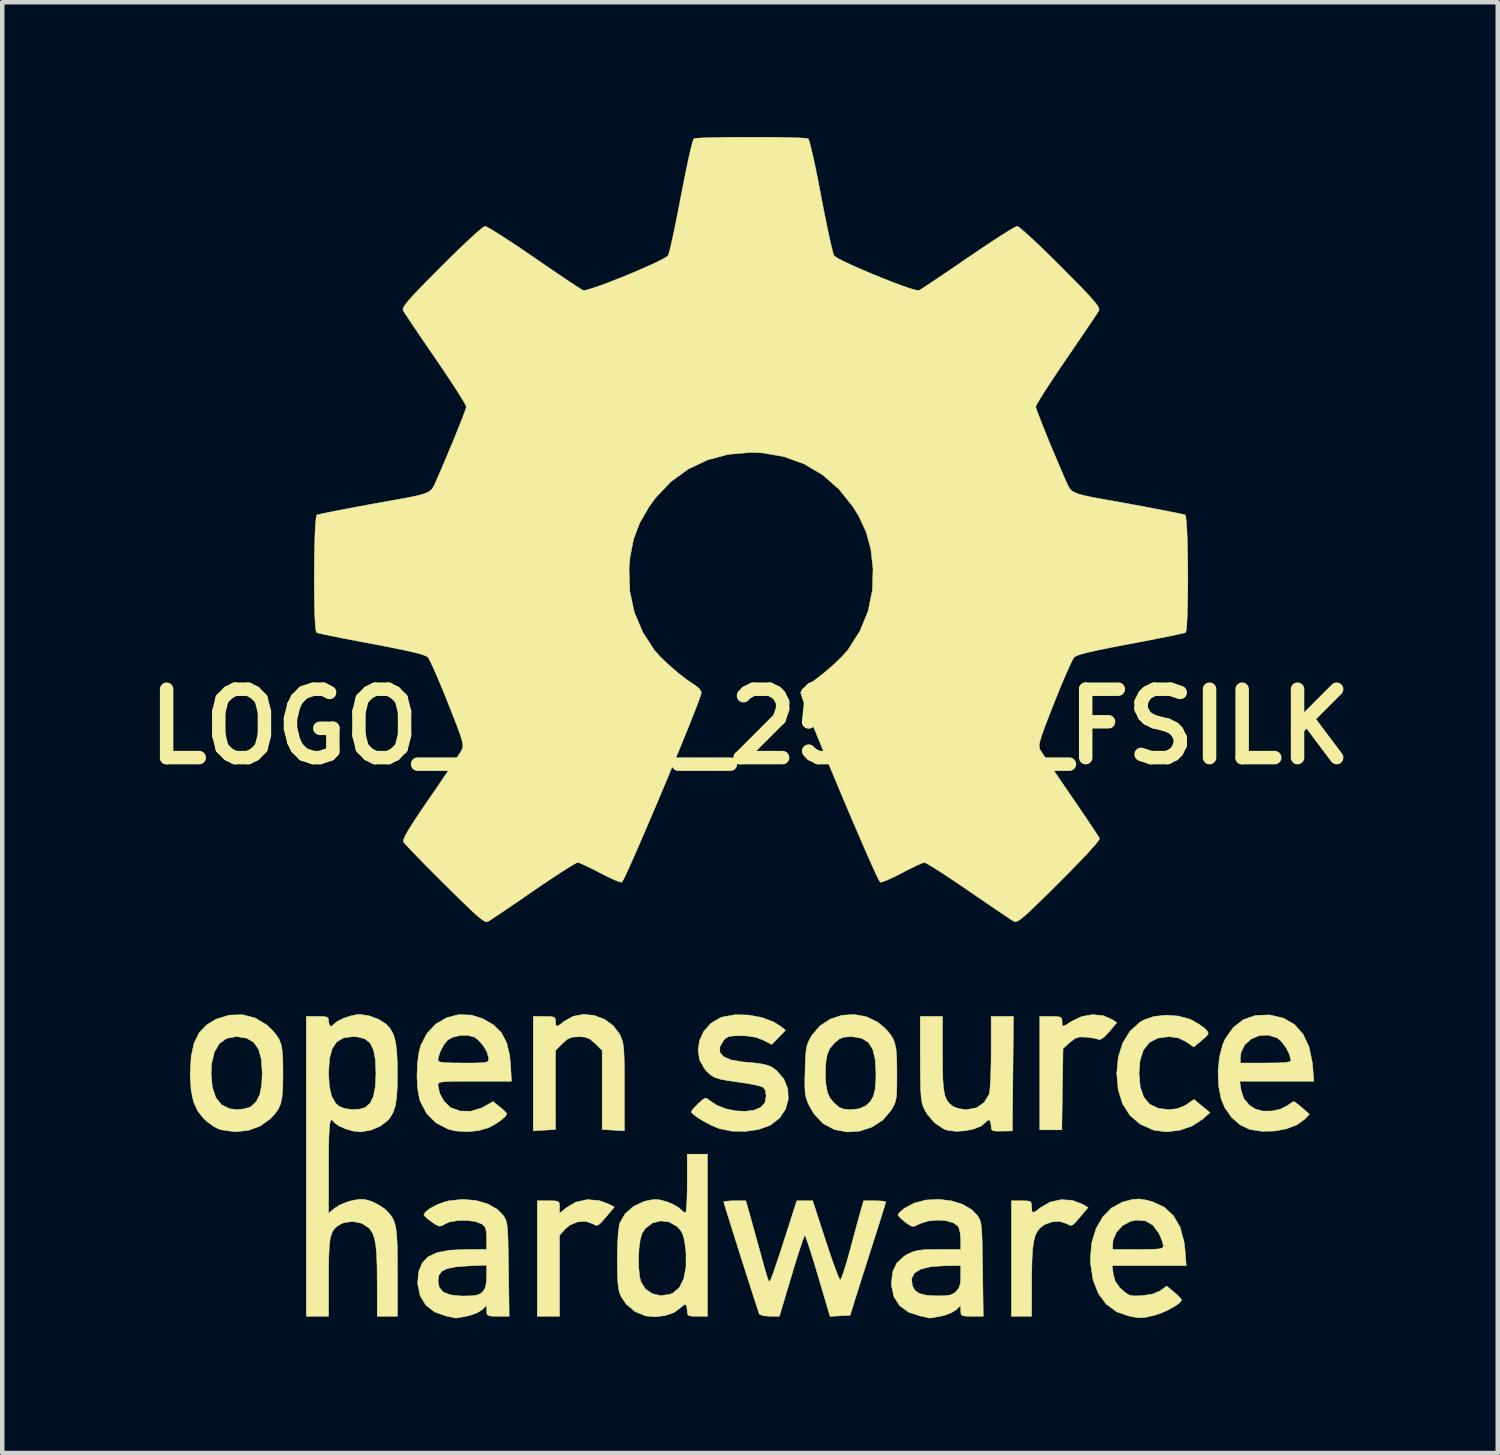
<source format=kicad_pcb>
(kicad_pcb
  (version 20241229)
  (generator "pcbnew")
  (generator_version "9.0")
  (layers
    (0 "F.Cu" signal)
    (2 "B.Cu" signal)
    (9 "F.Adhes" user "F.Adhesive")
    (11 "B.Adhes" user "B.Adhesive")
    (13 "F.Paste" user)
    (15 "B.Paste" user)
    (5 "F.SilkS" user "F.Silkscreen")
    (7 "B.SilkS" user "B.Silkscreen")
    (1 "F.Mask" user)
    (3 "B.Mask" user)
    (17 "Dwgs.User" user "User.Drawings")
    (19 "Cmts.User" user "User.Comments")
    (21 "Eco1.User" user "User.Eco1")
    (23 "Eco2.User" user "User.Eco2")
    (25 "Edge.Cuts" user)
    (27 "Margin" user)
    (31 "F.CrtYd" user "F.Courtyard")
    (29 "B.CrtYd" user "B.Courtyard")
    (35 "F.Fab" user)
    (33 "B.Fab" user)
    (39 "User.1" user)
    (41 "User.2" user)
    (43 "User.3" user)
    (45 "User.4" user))
  (footprint "LOGO_OSH_25MM_FSILK"
    (layer "F.Cu")
    (at 13.651 13.131)
    (property "Reference" "LOGO_OSH_25MM_FSILK" (at 0 0 0) (layer "F.SilkS") (effects (font (size 1.524 1.524) (thickness 0.3))))
    (attr through_hole)
    (fp_poly (pts (xy -3.359 10.552) (xy -3.147 10.63) (xy -3.02 10.696) (xy -3.207 10.917) (xy -3.31 11.036) (xy -3.376 11.095) (xy -3.427 11.107) (xy -3.483 11.08) (xy -3.503 11.068) (xy -3.66 11.014) (xy -3.841 11.027) (xy -4.014 11.1) (xy -4.117 11.187) (xy -4.241 11.325) (xy -4.241 13.129) (xy -4.737 13.129) (xy -4.737 10.557) (xy -4.489 10.557) (xy -4.347 10.559) (xy -4.273 10.574) (xy -4.245 10.614) (xy -4.241 10.692) (xy -4.241 10.836) (xy -4.103 10.72) (xy -3.879 10.587) (xy -3.624 10.531) (xy -3.359 10.552)) (stroke (width 0.01) (type solid)) (fill yes) (layer "F.SilkS"))
    (fp_poly (pts (xy 7.872 6.437) (xy 8.059 6.519) (xy 8.168 6.59) (xy 7.999 6.792) (xy 7.88 6.917) (xy 7.796 6.967) (xy 7.761 6.963) (xy 7.676 6.94) (xy 7.542 6.919) (xy 7.483 6.913) (xy 7.34 6.91) (xy 7.237 6.942) (xy 7.128 7.025) (xy 7.122 7.03) (xy 6.97 7.166) (xy 6.956 8.072) (xy 6.943 8.978) (xy 6.452 8.978) (xy 6.452 6.452) (xy 6.7 6.452) (xy 6.842 6.454) (xy 6.916 6.47) (xy 6.944 6.508) (xy 6.948 6.564) (xy 6.951 6.642) (xy 6.974 6.669) (xy 7.035 6.643) (xy 7.151 6.567) (xy 7.153 6.565) (xy 7.384 6.454) (xy 7.632 6.411) (xy 7.872 6.437)) (stroke (width 0.01) (type solid)) (fill yes) (layer "F.SilkS"))
    (fp_poly (pts (xy 7.182 10.549) (xy 7.407 10.636) (xy 7.527 10.707) (xy 7.345 10.923) (xy 7.244 11.04) (xy 7.179 11.097) (xy 7.128 11.106) (xy 7.07 11.078) (xy 7.055 11.068) (xy 6.906 11.018) (xy 6.729 11.026) (xy 6.56 11.086) (xy 6.464 11.156) (xy 6.4 11.234) (xy 6.351 11.333) (xy 6.317 11.464) (xy 6.293 11.642) (xy 6.279 11.877) (xy 6.273 12.184) (xy 6.272 12.373) (xy 6.271 13.129) (xy 5.82 13.129) (xy 5.82 10.557) (xy 6.045 10.557) (xy 6.179 10.56) (xy 6.246 10.578) (xy 6.269 10.626) (xy 6.271 10.692) (xy 6.277 10.79) (xy 6.307 10.819) (xy 6.375 10.783) (xy 6.458 10.716) (xy 6.677 10.588) (xy 6.926 10.531) (xy 7.182 10.549)) (stroke (width 0.01) (type solid)) (fill yes) (layer "F.SilkS"))
    (fp_poly (pts (xy -3.472 6.429) (xy -3.244 6.514) (xy -3.047 6.657) (xy -2.901 6.852) (xy -2.893 6.869) (xy -2.861 6.941) (xy -2.837 7.016) (xy -2.82 7.108) (xy -2.809 7.231) (xy -2.802 7.399) (xy -2.798 7.625) (xy -2.797 7.923) (xy -2.797 8.034) (xy -2.797 9.001) (xy -3.045 8.985) (xy -3.293 8.97) (xy -3.293 7.209) (xy -3.447 7.056) (xy -3.56 6.958) (xy -3.668 6.913) (xy -3.812 6.903) (xy -3.959 6.914) (xy -4.067 6.959) (xy -4.178 7.056) (xy -4.331 7.209) (xy -4.331 8.97) (xy -4.579 8.985) (xy -4.827 9.001) (xy -4.827 7.726) (xy -4.827 6.452) (xy -4.579 6.452) (xy -4.437 6.454) (xy -4.363 6.47) (xy -4.335 6.508) (xy -4.331 6.564) (xy -4.324 6.648) (xy -4.291 6.669) (xy -4.219 6.627) (xy -4.145 6.566) (xy -3.942 6.45) (xy -3.711 6.406) (xy -3.472 6.429)) (stroke (width 0.01) (type solid)) (fill yes) (layer "F.SilkS"))
    (fp_poly (pts (xy 9.534 6.443) (xy 9.782 6.509) (xy 9.846 6.538) (xy 9.987 6.62) (xy 10.107 6.704) (xy 10.148 6.741) (xy 10.196 6.799) (xy 10.202 6.844) (xy 10.155 6.901) (xy 10.059 6.984) (xy 9.881 7.132) (xy 9.713 7.017) (xy 9.536 6.93) (xy 9.334 6.903) (xy 9.326 6.903) (xy 9.08 6.935) (xy 8.892 7.033) (xy 8.761 7.198) (xy 8.685 7.433) (xy 8.662 7.717) (xy 8.688 8.018) (xy 8.766 8.247) (xy 8.898 8.406) (xy 9.088 8.498) (xy 9.321 8.527) (xy 9.516 8.507) (xy 9.677 8.44) (xy 9.719 8.414) (xy 9.885 8.3) (xy 10.243 8.594) (xy 10.08 8.738) (xy 9.846 8.891) (xy 9.568 8.987) (xy 9.275 9.022) (xy 8.999 8.987) (xy 8.978 8.981) (xy 8.687 8.85) (xy 8.46 8.656) (xy 8.296 8.399) (xy 8.198 8.083) (xy 8.166 7.722) (xy 8.2 7.359) (xy 8.3 7.042) (xy 8.461 6.781) (xy 8.68 6.583) (xy 8.768 6.531) (xy 8.993 6.453) (xy 9.259 6.424) (xy 9.534 6.443)) (stroke (width 0.01) (type solid)) (fill yes) (layer "F.SilkS"))
    (fp_poly (pts (xy 4.286 7.288) (xy 4.288 7.621) (xy 4.295 7.876) (xy 4.311 8.067) (xy 4.338 8.207) (xy 4.378 8.308) (xy 4.434 8.384) (xy 4.509 8.448) (xy 4.521 8.456) (xy 4.63 8.501) (xy 4.78 8.525) (xy 4.831 8.527) (xy 5.044 8.486) (xy 5.212 8.37) (xy 5.324 8.187) (xy 5.339 8.105) (xy 5.351 7.95) (xy 5.361 7.738) (xy 5.367 7.488) (xy 5.369 7.261) (xy 5.369 6.452) (xy 5.866 6.452) (xy 5.854 7.726) (xy 5.842 9.001) (xy 5.606 9.006) (xy 5.468 9.006) (xy 5.398 8.992) (xy 5.372 8.951) (xy 5.369 8.882) (xy 5.351 8.782) (xy 5.307 8.753) (xy 5.253 8.802) (xy 5.154 8.889) (xy 4.993 8.956) (xy 4.797 8.998) (xy 4.592 9.011) (xy 4.406 8.989) (xy 4.322 8.962) (xy 4.112 8.823) (xy 3.939 8.621) (xy 3.875 8.504) (xy 3.846 8.432) (xy 3.825 8.348) (xy 3.81 8.237) (xy 3.8 8.086) (xy 3.794 7.882) (xy 3.791 7.611) (xy 3.791 7.388) (xy 3.79 6.452) (xy 4.286 6.452) (xy 4.286 7.288)) (stroke (width 0.01) (type solid)) (fill yes) (layer "F.SilkS"))
    (fp_poly (pts (xy -11.015 6.489) (xy -10.759 6.643) (xy -10.637 6.76) (xy -10.547 6.866) (xy -10.483 6.967) (xy -10.44 7.081) (xy -10.415 7.226) (xy -10.403 7.419) (xy -10.4 7.68) (xy -10.4 7.76) (xy -10.404 8.034) (xy -10.419 8.238) (xy -10.45 8.392) (xy -10.504 8.516) (xy -10.586 8.629) (xy -10.677 8.726) (xy -10.9 8.89) (xy -11.17 8.99) (xy -11.465 9.021) (xy -11.766 8.979) (xy -11.82 8.964) (xy -11.941 8.903) (xy -12.082 8.801) (xy -12.163 8.728) (xy -12.3 8.556) (xy -12.393 8.35) (xy -12.446 8.093) (xy -12.466 7.771) (xy -12.466 7.715) (xy -12 7.715) (xy -11.974 8.023) (xy -11.897 8.258) (xy -11.767 8.42) (xy -11.584 8.508) (xy -11.421 8.527) (xy -11.265 8.511) (xy -11.136 8.472) (xy -11.108 8.456) (xy -10.992 8.345) (xy -10.916 8.192) (xy -10.874 7.982) (xy -10.862 7.715) (xy -10.881 7.412) (xy -10.942 7.186) (xy -11.049 7.03) (xy -11.206 6.937) (xy -11.419 6.903) (xy -11.454 6.903) (xy -11.658 6.942) (xy -11.816 7.057) (xy -11.927 7.245) (xy -11.988 7.502) (xy -12 7.715) (xy -12.466 7.715) (xy -12.466 7.692) (xy -12.443 7.33) (xy -12.378 7.041) (xy -12.265 6.813) (xy -12.099 6.639) (xy -11.893 6.515) (xy -11.596 6.422) (xy -11.298 6.414) (xy -11.015 6.489)) (stroke (width 0.01) (type solid)) (fill yes) (layer "F.SilkS"))
    (fp_poly (pts (xy 11.585 6.421) (xy 11.881 6.491) (xy 12.125 6.633) (xy 12.313 6.845) (xy 12.446 7.125) (xy 12.519 7.471) (xy 12.527 7.546) (xy 12.555 7.895) (xy 10.906 7.895) (xy 10.931 8.079) (xy 10.992 8.278) (xy 11.121 8.43) (xy 11.252 8.514) (xy 11.421 8.56) (xy 11.624 8.558) (xy 11.822 8.512) (xy 11.957 8.443) (xy 12.049 8.379) (xy 12.106 8.347) (xy 12.11 8.346) (xy 12.154 8.374) (xy 12.241 8.443) (xy 12.294 8.488) (xy 12.456 8.63) (xy 12.356 8.736) (xy 12.183 8.863) (xy 11.949 8.954) (xy 11.678 9.004) (xy 11.395 9.01) (xy 11.127 8.968) (xy 10.917 8.869) (xy 10.725 8.702) (xy 10.572 8.485) (xy 10.488 8.281) (xy 10.433 7.99) (xy 10.422 7.674) (xy 10.451 7.372) (xy 10.918 7.372) (xy 10.918 7.489) (xy 11.482 7.489) (xy 11.732 7.487) (xy 11.902 7.479) (xy 12.002 7.464) (xy 12.043 7.442) (xy 12.045 7.433) (xy 12.013 7.3) (xy 11.935 7.148) (xy 11.834 7.011) (xy 11.736 6.928) (xy 11.537 6.868) (xy 11.339 6.88) (xy 11.16 6.954) (xy 11.019 7.081) (xy 10.934 7.25) (xy 10.918 7.372) (xy 10.451 7.372) (xy 10.452 7.362) (xy 10.523 7.085) (xy 10.583 6.949) (xy 10.763 6.697) (xy 10.985 6.524) (xy 11.249 6.431) (xy 11.555 6.418) (xy 11.585 6.421)) (stroke (width 0.01) (type solid)) (fill yes) (layer "F.SilkS"))
    (fp_poly (pts (xy 8.809 10.538) (xy 8.96 10.578) (xy 9.224 10.7) (xy 9.43 10.891) (xy 9.578 11.148) (xy 9.665 11.472) (xy 9.685 11.641) (xy 9.713 12.001) (xy 8.064 12.001) (xy 8.089 12.192) (xy 8.133 12.351) (xy 8.228 12.485) (xy 8.281 12.536) (xy 8.379 12.619) (xy 8.461 12.663) (xy 8.564 12.676) (xy 8.721 12.67) (xy 8.725 12.67) (xy 8.959 12.636) (xy 9.126 12.565) (xy 9.142 12.554) (xy 9.279 12.456) (xy 9.444 12.593) (xy 9.542 12.68) (xy 9.601 12.746) (xy 9.61 12.765) (xy 9.571 12.824) (xy 9.469 12.9) (xy 9.327 12.98) (xy 9.167 13.053) (xy 9.01 13.106) (xy 8.99 13.111) (xy 8.837 13.146) (xy 8.735 13.162) (xy 8.645 13.161) (xy 8.53 13.142) (xy 8.44 13.125) (xy 8.16 13.028) (xy 7.932 12.859) (xy 7.757 12.623) (xy 7.64 12.326) (xy 7.584 11.971) (xy 7.579 11.821) (xy 7.609 11.511) (xy 8.076 11.511) (xy 8.076 11.64) (xy 8.64 11.64) (xy 8.875 11.639) (xy 9.034 11.634) (xy 9.132 11.624) (xy 9.183 11.606) (xy 9.202 11.578) (xy 9.204 11.559) (xy 9.184 11.473) (xy 9.134 11.345) (xy 9.102 11.277) (xy 8.971 11.1) (xy 8.801 11.003) (xy 8.596 10.988) (xy 8.463 11.018) (xy 8.293 11.111) (xy 8.16 11.258) (xy 8.085 11.431) (xy 8.076 11.511) (xy 7.609 11.511) (xy 7.612 11.48) (xy 7.706 11.175) (xy 7.854 10.917) (xy 8.048 10.718) (xy 8.283 10.59) (xy 8.32 10.578) (xy 8.507 10.53) (xy 8.656 10.516) (xy 8.809 10.538)) (stroke (width 0.01) (type solid)) (fill yes) (layer "F.SilkS"))
    (fp_poly (pts (xy -0.947 13.129) (xy -1.173 13.129) (xy -1.307 13.126) (xy -1.373 13.107) (xy -1.396 13.06) (xy -1.399 12.993) (xy -1.412 12.887) (xy -1.457 12.865) (xy -1.536 12.926) (xy -1.555 12.946) (xy -1.697 13.047) (xy -1.893 13.114) (xy -2.113 13.141) (xy -2.321 13.122) (xy -2.561 13.024) (xy -2.759 12.856) (xy -2.869 12.691) (xy -2.904 12.607) (xy -2.928 12.509) (xy -2.943 12.377) (xy -2.952 12.195) (xy -2.955 11.946) (xy -2.955 11.865) (xy -2.954 11.841) (xy -2.483 11.841) (xy -2.477 12.066) (xy -2.455 12.262) (xy -2.43 12.359) (xy -2.331 12.52) (xy -2.177 12.625) (xy -1.99 12.669) (xy -1.793 12.643) (xy -1.713 12.609) (xy -1.572 12.487) (xy -1.476 12.293) (xy -1.426 12.036) (xy -1.425 11.723) (xy -1.444 11.543) (xy -1.476 11.368) (xy -1.522 11.25) (xy -1.595 11.159) (xy -1.623 11.132) (xy -1.797 11.03) (xy -1.987 11.005) (xy -2.172 11.052) (xy -2.327 11.169) (xy -2.402 11.279) (xy -2.444 11.417) (xy -2.471 11.614) (xy -2.483 11.841) (xy -2.954 11.841) (xy -2.95 11.532) (xy -2.935 11.273) (xy -2.91 11.096) (xy -2.896 11.044) (xy -2.78 10.845) (xy -2.596 10.683) (xy -2.363 10.574) (xy -2.307 10.559) (xy -2.146 10.529) (xy -2.013 10.535) (xy -1.857 10.577) (xy -1.711 10.637) (xy -1.592 10.707) (xy -1.555 10.739) (xy -1.482 10.806) (xy -1.437 10.828) (xy -1.423 10.785) (xy -1.412 10.668) (xy -1.403 10.493) (xy -1.399 10.275) (xy -1.399 10.174) (xy -1.399 9.519) (xy -0.947 9.519) (xy -0.947 13.129)) (stroke (width 0.01) (type solid)) (fill yes) (layer "F.SilkS"))
    (fp_poly (pts (xy 2.59 6.458) (xy 2.841 6.578) (xy 2.993 6.704) (xy 3.099 6.818) (xy 3.174 6.926) (xy 3.223 7.046) (xy 3.253 7.197) (xy 3.267 7.398) (xy 3.271 7.667) (xy 3.271 7.718) (xy 3.27 7.965) (xy 3.266 8.141) (xy 3.255 8.266) (xy 3.234 8.359) (xy 3.201 8.438) (xy 3.151 8.525) (xy 3.135 8.551) (xy 2.955 8.761) (xy 2.719 8.914) (xy 2.447 9.005) (xy 2.159 9.025) (xy 1.875 8.97) (xy 1.872 8.969) (xy 1.626 8.836) (xy 1.428 8.627) (xy 1.331 8.463) (xy 1.28 8.354) (xy 1.247 8.259) (xy 1.228 8.154) (xy 1.221 8.019) (xy 1.221 7.831) (xy 1.226 7.662) (xy 1.678 7.662) (xy 1.683 7.883) (xy 1.691 7.972) (xy 1.724 8.146) (xy 1.781 8.271) (xy 1.872 8.378) (xy 1.98 8.472) (xy 2.084 8.515) (xy 2.229 8.527) (xy 2.245 8.527) (xy 2.436 8.507) (xy 2.576 8.442) (xy 2.591 8.431) (xy 2.686 8.338) (xy 2.749 8.225) (xy 2.786 8.071) (xy 2.802 7.858) (xy 2.804 7.707) (xy 2.787 7.407) (xy 2.732 7.184) (xy 2.635 7.031) (xy 2.491 6.94) (xy 2.293 6.904) (xy 2.241 6.903) (xy 2.091 6.913) (xy 1.985 6.955) (xy 1.876 7.048) (xy 1.872 7.052) (xy 1.776 7.167) (xy 1.721 7.294) (xy 1.691 7.458) (xy 1.678 7.662) (xy 1.226 7.662) (xy 1.226 7.658) (xy 1.233 7.42) (xy 1.244 7.252) (xy 1.261 7.131) (xy 1.29 7.037) (xy 1.334 6.947) (xy 1.376 6.876) (xy 1.556 6.663) (xy 1.784 6.513) (xy 2.044 6.427) (xy 2.319 6.408) (xy 2.59 6.458)) (stroke (width 0.01) (type solid)) (fill yes) (layer "F.SilkS"))
    (fp_poly (pts (xy -6.204 6.422) (xy -5.955 6.5) (xy -5.711 6.641) (xy -5.534 6.818) (xy -5.417 7.044) (xy -5.35 7.332) (xy -5.333 7.523) (xy -5.312 7.895) (xy -6.13 7.895) (xy -6.42 7.896) (xy -6.632 7.898) (xy -6.778 7.903) (xy -6.87 7.913) (xy -6.921 7.928) (xy -6.943 7.951) (xy -6.948 7.982) (xy -6.948 7.987) (xy -6.91 8.167) (xy -6.813 8.343) (xy -6.679 8.474) (xy -6.669 8.481) (xy -6.457 8.559) (xy -6.22 8.563) (xy -5.981 8.492) (xy -5.918 8.459) (xy -5.723 8.348) (xy -5.568 8.471) (xy -5.474 8.552) (xy -5.42 8.609) (xy -5.414 8.62) (xy -5.451 8.681) (xy -5.546 8.764) (xy -5.677 8.853) (xy -5.82 8.929) (xy -6.044 8.995) (xy -6.306 9.02) (xy -6.566 9.001) (xy -6.726 8.961) (xy -6.993 8.821) (xy -7.2 8.615) (xy -7.339 8.351) (xy -7.362 8.28) (xy -7.401 8.061) (xy -7.416 7.796) (xy -7.407 7.519) (xy -7.395 7.42) (xy -6.948 7.42) (xy -6.935 7.449) (xy -6.889 7.469) (xy -6.795 7.481) (xy -6.639 7.487) (xy -6.408 7.489) (xy -6.384 7.489) (xy -6.15 7.489) (xy -5.992 7.485) (xy -5.895 7.476) (xy -5.843 7.459) (xy -5.823 7.431) (xy -5.82 7.388) (xy -5.82 7.383) (xy -5.853 7.254) (xy -5.937 7.107) (xy -6.049 6.978) (xy -6.137 6.913) (xy -6.283 6.874) (xy -6.461 6.877) (xy -6.629 6.918) (xy -6.73 6.976) (xy -6.821 7.088) (xy -6.899 7.237) (xy -6.944 7.378) (xy -6.948 7.42) (xy -7.395 7.42) (xy -7.375 7.265) (xy -7.331 7.094) (xy -7.191 6.827) (xy -6.995 6.62) (xy -6.756 6.48) (xy -6.488 6.412) (xy -6.204 6.422)) (stroke (width 0.01) (type solid)) (fill yes) (layer "F.SilkS"))
    (fp_poly (pts (xy -0.034 6.421) (xy 0.259 6.475) (xy 0.52 6.572) (xy 0.686 6.676) (xy 0.79 6.761) (xy 0.636 6.919) (xy 0.483 7.078) (xy 0.298 6.981) (xy 0.132 6.917) (xy -0.068 6.886) (xy -0.196 6.882) (xy -0.366 6.885) (xy -0.472 6.9) (xy -0.541 6.936) (xy -0.59 6.987) (xy -0.673 7.132) (xy -0.67 7.254) (xy -0.583 7.352) (xy -0.415 7.422) (xy -0.166 7.464) (xy -0.151 7.465) (xy 0.093 7.487) (xy 0.266 7.511) (xy 0.389 7.539) (xy 0.482 7.579) (xy 0.564 7.636) (xy 0.594 7.66) (xy 0.755 7.848) (xy 0.841 8.064) (xy 0.852 8.291) (xy 0.793 8.512) (xy 0.664 8.709) (xy 0.468 8.865) (xy 0.437 8.881) (xy 0.188 8.97) (xy -0.105 9.012) (xy -0.407 9.007) (xy -0.681 8.951) (xy -0.708 8.942) (xy -0.854 8.88) (xy -1.008 8.8) (xy -1.149 8.715) (xy -1.256 8.638) (xy -1.307 8.582) (xy -1.308 8.575) (xy -1.279 8.528) (xy -1.203 8.444) (xy -1.151 8.392) (xy -1.054 8.304) (xy -0.994 8.271) (xy -0.945 8.288) (xy -0.914 8.313) (xy -0.745 8.428) (xy -0.542 8.508) (xy -0.323 8.554) (xy -0.107 8.565) (xy 0.086 8.54) (xy 0.237 8.478) (xy 0.328 8.378) (xy 0.333 8.367) (xy 0.36 8.223) (xy 0.339 8.094) (xy 0.296 8.033) (xy 0.227 8.005) (xy 0.089 7.972) (xy -0.094 7.939) (xy -0.243 7.917) (xy -0.489 7.883) (xy -0.663 7.849) (xy -0.787 7.809) (xy -0.88 7.754) (xy -0.961 7.679) (xy -1.005 7.629) (xy -1.119 7.43) (xy -1.157 7.211) (xy -1.125 6.99) (xy -1.029 6.783) (xy -0.875 6.609) (xy -0.669 6.485) (xy -0.599 6.461) (xy -0.329 6.414) (xy -0.034 6.421)) (stroke (width 0.01) (type solid)) (fill yes) (layer "F.SilkS"))
    (fp_poly (pts (xy -6.105 10.55) (xy -5.841 10.626) (xy -5.625 10.75) (xy -5.5 10.878) (xy -5.465 10.93) (xy -5.439 10.983) (xy -5.419 11.049) (xy -5.405 11.143) (xy -5.395 11.274) (xy -5.388 11.457) (xy -5.383 11.704) (xy -5.378 12.026) (xy -5.377 12.08) (xy -5.363 13.129) (xy -5.614 13.129) (xy -5.757 13.126) (xy -5.832 13.111) (xy -5.86 13.073) (xy -5.865 13.008) (xy -5.865 12.887) (xy -5.969 12.985) (xy -6.074 13.05) (xy -6.225 13.107) (xy -6.313 13.128) (xy -6.447 13.152) (xy -6.537 13.167) (xy -6.559 13.169) (xy -6.602 13.158) (xy -6.705 13.136) (xy -6.767 13.124) (xy -7.023 13.034) (xy -7.218 12.882) (xy -7.345 12.673) (xy -7.398 12.416) (xy -7.399 12.366) (xy -7.396 12.337) (xy -6.948 12.337) (xy -6.92 12.487) (xy -6.83 12.59) (xy -6.673 12.652) (xy -6.439 12.677) (xy -6.378 12.677) (xy -6.193 12.673) (xy -6.073 12.655) (xy -5.994 12.62) (xy -5.955 12.587) (xy -5.898 12.502) (xy -5.87 12.379) (xy -5.865 12.243) (xy -5.865 11.99) (xy -6.287 12.008) (xy -6.555 12.029) (xy -6.743 12.067) (xy -6.865 12.128) (xy -6.929 12.217) (xy -6.948 12.337) (xy -7.396 12.337) (xy -7.375 12.126) (xy -7.299 11.94) (xy -7.165 11.802) (xy -6.966 11.71) (xy -6.695 11.658) (xy -6.35 11.641) (xy -5.865 11.64) (xy -5.865 11.393) (xy -5.871 11.243) (xy -5.895 11.153) (xy -5.948 11.093) (xy -5.979 11.071) (xy -6.116 11.019) (xy -6.304 10.994) (xy -6.506 10.997) (xy -6.686 11.028) (xy -6.789 11.071) (xy -6.866 11.116) (xy -6.927 11.122) (xy -7.006 11.083) (xy -7.087 11.028) (xy -7.191 10.949) (xy -7.254 10.887) (xy -7.264 10.869) (xy -7.224 10.803) (xy -7.12 10.725) (xy -6.975 10.648) (xy -6.811 10.585) (xy -6.703 10.557) (xy -6.399 10.525) (xy -6.105 10.55)) (stroke (width 0.01) (type solid)) (fill yes) (layer "F.SilkS"))
    (fp_poly (pts (xy 4.473 10.556) (xy 4.727 10.633) (xy 4.937 10.755) (xy 5.057 10.878) (xy 5.092 10.93) (xy 5.118 10.983) (xy 5.138 11.049) (xy 5.152 11.143) (xy 5.162 11.274) (xy 5.169 11.457) (xy 5.174 11.704) (xy 5.179 12.026) (xy 5.18 12.08) (xy 5.194 13.129) (xy 4.943 13.129) (xy 4.8 13.126) (xy 4.725 13.111) (xy 4.697 13.073) (xy 4.692 13.008) (xy 4.692 12.887) (xy 4.588 12.985) (xy 4.483 13.05) (xy 4.332 13.107) (xy 4.244 13.128) (xy 4.11 13.152) (xy 4.02 13.167) (xy 3.998 13.169) (xy 3.955 13.158) (xy 3.853 13.136) (xy 3.801 13.126) (xy 3.532 13.038) (xy 3.332 12.893) (xy 3.205 12.695) (xy 3.15 12.445) (xy 3.148 12.39) (xy 3.159 12.294) (xy 3.596 12.294) (xy 3.616 12.452) (xy 3.674 12.556) (xy 3.773 12.623) (xy 3.928 12.661) (xy 4.155 12.674) (xy 4.17 12.674) (xy 4.348 12.671) (xy 4.464 12.654) (xy 4.545 12.615) (xy 4.588 12.579) (xy 4.653 12.497) (xy 4.685 12.389) (xy 4.692 12.241) (xy 4.692 12.001) (xy 4.342 12.003) (xy 4.032 12.023) (xy 3.804 12.079) (xy 3.659 12.169) (xy 3.596 12.294) (xy 3.159 12.294) (xy 3.177 12.136) (xy 3.271 11.939) (xy 3.437 11.788) (xy 3.518 11.741) (xy 3.624 11.694) (xy 3.734 11.664) (xy 3.872 11.647) (xy 4.063 11.641) (xy 4.205 11.64) (xy 4.692 11.64) (xy 4.692 11.423) (xy 4.68 11.276) (xy 4.65 11.157) (xy 4.633 11.125) (xy 4.527 11.047) (xy 4.362 11.001) (xy 4.165 10.988) (xy 3.963 11.009) (xy 3.783 11.066) (xy 3.739 11.088) (xy 3.66 11.126) (xy 3.595 11.123) (xy 3.51 11.072) (xy 3.457 11.032) (xy 3.359 10.95) (xy 3.301 10.886) (xy 3.293 10.87) (xy 3.326 10.822) (xy 3.409 10.747) (xy 3.44 10.723) (xy 3.66 10.606) (xy 3.919 10.54) (xy 4.197 10.524) (xy 4.473 10.556)) (stroke (width 0.01) (type solid)) (fill yes) (layer "F.SilkS"))
    (fp_poly (pts (xy -0.026 10.794) (xy 0.012 10.929) (xy 0.067 11.126) (xy 0.131 11.358) (xy 0.198 11.6) (xy 0.203 11.617) (xy 0.278 11.89) (xy 0.333 12.088) (xy 0.372 12.221) (xy 0.399 12.302) (xy 0.417 12.341) (xy 0.43 12.35) (xy 0.443 12.341) (xy 0.45 12.332) (xy 0.474 12.279) (xy 0.52 12.154) (xy 0.584 11.97) (xy 0.661 11.74) (xy 0.746 11.479) (xy 0.763 11.425) (xy 1.041 10.557) (xy 1.395 10.557) (xy 1.682 11.439) (xy 1.77 11.704) (xy 1.851 11.938) (xy 1.92 12.126) (xy 1.973 12.258) (xy 2.005 12.319) (xy 2.009 12.322) (xy 2.034 12.28) (xy 2.076 12.167) (xy 2.13 11.997) (xy 2.192 11.784) (xy 2.221 11.676) (xy 2.289 11.425) (xy 2.354 11.183) (xy 2.411 10.975) (xy 2.453 10.823) (xy 2.461 10.794) (xy 2.529 10.557) (xy 2.776 10.557) (xy 2.911 10.561) (xy 3.001 10.572) (xy 3.023 10.583) (xy 3.01 10.631) (xy 2.973 10.754) (xy 2.916 10.937) (xy 2.843 11.169) (xy 2.757 11.438) (xy 2.702 11.609) (xy 2.606 11.911) (xy 2.515 12.198) (xy 2.433 12.456) (xy 2.366 12.667) (xy 2.319 12.816) (xy 2.306 12.858) (xy 2.23 13.106) (xy 2.006 13.119) (xy 1.782 13.132) (xy 1.515 12.228) (xy 1.434 11.959) (xy 1.36 11.721) (xy 1.298 11.528) (xy 1.251 11.393) (xy 1.224 11.328) (xy 1.221 11.324) (xy 1.2 11.365) (xy 1.159 11.48) (xy 1.1 11.657) (xy 1.029 11.881) (xy 0.949 12.142) (xy 0.924 12.226) (xy 0.654 13.129) (xy 0.438 13.129) (xy 0.293 13.117) (xy 0.212 13.085) (xy 0.203 13.072) (xy 0.172 12.977) (xy 0.12 12.818) (xy 0.052 12.608) (xy -0.027 12.36) (xy -0.114 12.087) (xy -0.205 11.803) (xy -0.294 11.521) (xy -0.379 11.253) (xy -0.454 11.013) (xy -0.516 10.814) (xy -0.561 10.67) (xy -0.584 10.593) (xy -0.587 10.584) (xy -0.546 10.569) (xy -0.441 10.559) (xy -0.34 10.557) (xy -0.093 10.557) (xy -0.026 10.794)) (stroke (width 0.01) (type solid)) (fill yes) (layer "F.SilkS"))
    (fp_poly (pts (xy -8.487 6.436) (xy -8.275 6.514) (xy -8.105 6.622) (xy -8.01 6.725) (xy -7.941 6.851) (xy -7.894 7.015) (xy -7.866 7.231) (xy -7.853 7.515) (xy -7.851 7.705) (xy -7.855 8.022) (xy -7.87 8.264) (xy -7.9 8.449) (xy -7.948 8.591) (xy -8.016 8.707) (xy -8.066 8.767) (xy -8.23 8.894) (xy -8.442 8.984) (xy -8.663 9.023) (xy -8.685 9.023) (xy -8.842 9.004) (xy -9.011 8.954) (xy -9.161 8.887) (xy -9.259 8.814) (xy -9.271 8.798) (xy -9.305 8.757) (xy -9.332 8.762) (xy -9.353 8.82) (xy -9.367 8.939) (xy -9.377 9.126) (xy -9.382 9.388) (xy -9.384 9.732) (xy -9.384 9.794) (xy -9.384 10.836) (xy -9.249 10.722) (xy -9.126 10.646) (xy -8.96 10.579) (xy -8.867 10.554) (xy -8.707 10.524) (xy -8.586 10.526) (xy -8.46 10.56) (xy -8.42 10.575) (xy -8.267 10.65) (xy -8.128 10.744) (xy -8.096 10.774) (xy -8.02 10.855) (xy -7.961 10.938) (xy -7.917 11.036) (xy -7.887 11.161) (xy -7.867 11.326) (xy -7.856 11.544) (xy -7.851 11.828) (xy -7.85 12.157) (xy -7.85 13.129) (xy -8.301 13.129) (xy -8.302 12.373) (xy -8.305 12.025) (xy -8.315 11.755) (xy -8.333 11.549) (xy -8.362 11.395) (xy -8.403 11.281) (xy -8.459 11.194) (xy -8.494 11.156) (xy -8.651 11.057) (xy -8.845 11.018) (xy -9.039 11.044) (xy -9.105 11.072) (xy -9.195 11.125) (xy -9.263 11.189) (xy -9.313 11.275) (xy -9.347 11.396) (xy -9.368 11.564) (xy -9.379 11.791) (xy -9.384 12.091) (xy -9.384 12.269) (xy -9.384 13.129) (xy -9.88 13.129) (xy -9.88 7.715) (xy -9.384 7.715) (xy -9.367 8.011) (xy -9.315 8.233) (xy -9.225 8.388) (xy -9.153 8.453) (xy -9.026 8.503) (xy -8.856 8.525) (xy -8.685 8.515) (xy -8.569 8.48) (xy -8.461 8.388) (xy -8.388 8.24) (xy -8.345 8.027) (xy -8.33 7.737) (xy -8.33 7.715) (xy -8.343 7.416) (xy -8.384 7.196) (xy -8.46 7.044) (xy -8.576 6.951) (xy -8.74 6.908) (xy -8.852 6.903) (xy -9.052 6.93) (xy -9.201 7.017) (xy -9.304 7.169) (xy -9.363 7.392) (xy -9.384 7.692) (xy -9.384 7.715) (xy -9.88 7.715) (xy -9.88 6.452) (xy -9.632 6.452) (xy -9.49 6.454) (xy -9.416 6.47) (xy -9.388 6.508) (xy -9.384 6.564) (xy -9.364 6.655) (xy -9.316 6.674) (xy -9.268 6.627) (xy -9.192 6.563) (xy -9.059 6.497) (xy -8.9 6.443) (xy -8.748 6.411) (xy -8.695 6.407) (xy -8.487 6.436)) (stroke (width 0.01) (type solid)) (fill yes) (layer "F.SilkS"))
    (fp_poly (pts (xy 0.251 -13.126) (xy 0.537 -13.124) (xy 0.797 -13.12) (xy 1.017 -13.114) (xy 1.182 -13.107) (xy 1.278 -13.098) (xy 1.295 -13.093) (xy 1.317 -13.041) (xy 1.352 -12.912) (xy 1.398 -12.718) (xy 1.452 -12.47) (xy 1.511 -12.18) (xy 1.573 -11.859) (xy 1.58 -11.819) (xy 1.643 -11.492) (xy 1.704 -11.191) (xy 1.759 -10.928) (xy 1.807 -10.715) (xy 1.844 -10.566) (xy 1.869 -10.492) (xy 1.87 -10.489) (xy 1.929 -10.445) (xy 2.055 -10.377) (xy 2.235 -10.291) (xy 2.453 -10.194) (xy 2.694 -10.091) (xy 2.942 -9.99) (xy 3.182 -9.895) (xy 3.4 -9.814) (xy 3.579 -9.753) (xy 3.705 -9.718) (xy 3.76 -9.713) (xy 3.814 -9.745) (xy 3.932 -9.821) (xy 4.103 -9.935) (xy 4.318 -10.079) (xy 4.565 -10.247) (xy 4.835 -10.432) (xy 4.85 -10.442) (xy 5.121 -10.626) (xy 5.37 -10.792) (xy 5.588 -10.934) (xy 5.764 -11.044) (xy 5.887 -11.116) (xy 5.947 -11.143) (xy 5.948 -11.144) (xy 5.999 -11.113) (xy 6.104 -11.025) (xy 6.255 -10.89) (xy 6.442 -10.714) (xy 6.656 -10.507) (xy 6.889 -10.276) (xy 6.919 -10.246) (xy 7.185 -9.978) (xy 7.393 -9.766) (xy 7.548 -9.602) (xy 7.657 -9.479) (xy 7.728 -9.391) (xy 7.764 -9.329) (xy 7.774 -9.287) (xy 7.768 -9.265) (xy 7.731 -9.206) (xy 7.65 -9.084) (xy 7.532 -8.909) (xy 7.385 -8.692) (xy 7.216 -8.443) (xy 7.042 -8.189) (xy 6.861 -7.922) (xy 6.697 -7.676) (xy 6.559 -7.463) (xy 6.453 -7.293) (xy 6.384 -7.176) (xy 6.361 -7.123) (xy 6.378 -7.065) (xy 6.425 -6.939) (xy 6.495 -6.759) (xy 6.582 -6.541) (xy 6.681 -6.299) (xy 6.786 -6.048) (xy 6.889 -5.804) (xy 6.986 -5.58) (xy 7.07 -5.391) (xy 7.084 -5.361) (xy 7.124 -5.293) (xy 7.183 -5.239) (xy 7.276 -5.194) (xy 7.415 -5.153) (xy 7.615 -5.109) (xy 7.891 -5.059) (xy 7.895 -5.058) (xy 8.185 -5.007) (xy 8.484 -4.952) (xy 8.78 -4.898) (xy 9.056 -4.845) (xy 9.3 -4.798) (xy 9.497 -4.759) (xy 9.632 -4.73) (xy 9.689 -4.716) (xy 9.704 -4.667) (xy 9.718 -4.541) (xy 9.729 -4.353) (xy 9.738 -4.117) (xy 9.744 -3.846) (xy 9.748 -3.554) (xy 9.749 -3.255) (xy 9.747 -2.964) (xy 9.742 -2.693) (xy 9.735 -2.457) (xy 9.725 -2.269) (xy 9.712 -2.144) (xy 9.698 -2.096) (xy 9.642 -2.081) (xy 9.51 -2.051) (xy 9.313 -2.01) (xy 9.065 -1.961) (xy 8.776 -1.904) (xy 8.471 -1.847) (xy 8.08 -1.772) (xy 7.772 -1.71) (xy 7.538 -1.658) (xy 7.372 -1.614) (xy 7.268 -1.577) (xy 7.216 -1.546) (xy 7.179 -1.482) (xy 7.114 -1.347) (xy 7.029 -1.155) (xy 6.928 -0.918) (xy 6.819 -0.651) (xy 6.772 -0.532) (xy 6.65 -0.223) (xy 6.56 0.013) (xy 6.497 0.189) (xy 6.458 0.314) (xy 6.441 0.402) (xy 6.441 0.461) (xy 6.454 0.504) (xy 6.455 0.506) (xy 6.495 0.571) (xy 6.579 0.699) (xy 6.698 0.878) (xy 6.845 1.096) (xy 7.013 1.342) (xy 7.135 1.521) (xy 7.31 1.776) (xy 7.468 2.009) (xy 7.601 2.208) (xy 7.703 2.362) (xy 7.767 2.461) (xy 7.784 2.492) (xy 7.759 2.539) (xy 7.676 2.641) (xy 7.54 2.793) (xy 7.359 2.985) (xy 7.139 3.212) (xy 6.887 3.466) (xy 6.886 3.467) (xy 6.614 3.737) (xy 6.398 3.948) (xy 6.231 4.107) (xy 6.106 4.22) (xy 6.015 4.293) (xy 5.951 4.333) (xy 5.907 4.345) (xy 5.881 4.339) (xy 5.822 4.301) (xy 5.699 4.22) (xy 5.525 4.103) (xy 5.31 3.957) (xy 5.066 3.79) (xy 4.873 3.658) (xy 4.616 3.483) (xy 4.382 3.326) (xy 4.18 3.195) (xy 4.022 3.097) (xy 3.919 3.037) (xy 3.885 3.023) (xy 3.82 3.043) (xy 3.696 3.098) (xy 3.532 3.179) (xy 3.393 3.251) (xy 3.212 3.343) (xy 3.056 3.415) (xy 2.945 3.457) (xy 2.902 3.465) (xy 2.874 3.422) (xy 2.816 3.306) (xy 2.733 3.125) (xy 2.628 2.889) (xy 2.505 2.608) (xy 2.368 2.292) (xy 2.222 1.95) (xy 2.071 1.592) (xy 1.918 1.228) (xy 1.767 0.867) (xy 1.624 0.519) (xy 1.491 0.193) (xy 1.372 -0.1) (xy 1.273 -0.352) (xy 1.196 -0.552) (xy 1.147 -0.691) (xy 1.128 -0.76) (xy 1.128 -0.761) (xy 1.164 -0.834) (xy 1.251 -0.91) (xy 1.261 -0.917) (xy 1.448 -1.041) (xy 1.659 -1.206) (xy 1.869 -1.387) (xy 2.052 -1.564) (xy 2.179 -1.708) (xy 2.448 -2.13) (xy 2.63 -2.575) (xy 2.726 -3.047) (xy 2.739 -3.519) (xy 2.69 -3.952) (xy 2.586 -4.335) (xy 2.419 -4.695) (xy 2.295 -4.895) (xy 1.981 -5.288) (xy 1.617 -5.607) (xy 1.206 -5.85) (xy 0.755 -6.014) (xy 0.268 -6.097) (xy 0.023 -6.107) (xy -0.48 -6.064) (xy -0.949 -5.939) (xy -1.379 -5.734) (xy -1.767 -5.451) (xy -2.106 -5.093) (xy -2.25 -4.895) (xy -2.457 -4.536) (xy -2.595 -4.169) (xy -2.673 -3.767) (xy -2.694 -3.519) (xy -2.678 -3.02) (xy -2.577 -2.549) (xy -2.39 -2.105) (xy -2.134 -1.708) (xy -2 -1.557) (xy -1.814 -1.379) (xy -1.604 -1.198) (xy -1.393 -1.035) (xy -1.216 -0.917) (xy -1.125 -0.842) (xy -1.083 -0.767) (xy -1.083 -0.761) (xy -1.1 -0.697) (xy -1.148 -0.561) (xy -1.223 -0.364) (xy -1.321 -0.115) (xy -1.439 0.177) (xy -1.571 0.501) (xy -1.714 0.848) (xy -1.864 1.209) (xy -2.017 1.573) (xy -2.169 1.932) (xy -2.316 2.275) (xy -2.453 2.592) (xy -2.576 2.875) (xy -2.683 3.113) (xy -2.767 3.298) (xy -2.827 3.418) (xy -2.856 3.465) (xy -2.857 3.465) (xy -2.921 3.45) (xy -3.045 3.4) (xy -3.209 3.322) (xy -3.348 3.251) (xy -3.53 3.157) (xy -3.686 3.082) (xy -3.797 3.034) (xy -3.839 3.023) (xy -3.893 3.047) (xy -4.01 3.117) (xy -4.179 3.224) (xy -4.39 3.362) (xy -4.631 3.523) (xy -4.828 3.658) (xy -5.087 3.836) (xy -5.325 3.998) (xy -5.53 4.137) (xy -5.692 4.245) (xy -5.799 4.316) (xy -5.836 4.339) (xy -5.868 4.345) (xy -5.915 4.329) (xy -5.984 4.283) (xy -6.081 4.203) (xy -6.215 4.081) (xy -6.392 3.911) (xy -6.62 3.687) (xy -6.798 3.512) (xy -7.03 3.28) (xy -7.243 3.065) (xy -7.426 2.878) (xy -7.572 2.726) (xy -7.672 2.62) (xy -7.716 2.567) (xy -7.716 2.566) (xy -7.717 2.524) (xy -7.686 2.445) (xy -7.619 2.323) (xy -7.512 2.151) (xy -7.361 1.922) (xy -7.161 1.628) (xy -7.123 1.574) (xy -6.944 1.313) (xy -6.779 1.07) (xy -6.636 0.857) (xy -6.524 0.687) (xy -6.449 0.571) (xy -6.423 0.528) (xy -6.403 0.483) (xy -6.394 0.434) (xy -6.399 0.369) (xy -6.421 0.276) (xy -6.465 0.145) (xy -6.533 -0.038) (xy -6.628 -0.283) (xy -6.727 -0.533) (xy -6.838 -0.809) (xy -6.943 -1.06) (xy -7.035 -1.272) (xy -7.109 -1.433) (xy -7.159 -1.529) (xy -7.171 -1.546) (xy -7.223 -1.578) (xy -7.329 -1.615) (xy -7.495 -1.658) (xy -7.729 -1.71) (xy -8.039 -1.773) (xy -8.425 -1.847) (xy -8.742 -1.907) (xy -9.029 -1.962) (xy -9.277 -2.012) (xy -9.471 -2.052) (xy -9.6 -2.081) (xy -9.652 -2.096) (xy -9.668 -2.149) (xy -9.681 -2.278) (xy -9.691 -2.469) (xy -9.698 -2.707) (xy -9.702 -2.979) (xy -9.703 -3.272) (xy -9.702 -3.57) (xy -9.699 -3.861) (xy -9.692 -4.131) (xy -9.684 -4.365) (xy -9.672 -4.55) (xy -9.659 -4.671) (xy -9.643 -4.716) (xy -9.576 -4.732) (xy -9.434 -4.762) (xy -9.232 -4.803) (xy -8.985 -4.85) (xy -8.705 -4.903) (xy -8.409 -4.958) (xy -8.11 -5.012) (xy -7.85 -5.058) (xy -7.573 -5.109) (xy -7.372 -5.152) (xy -7.232 -5.194) (xy -7.139 -5.239) (xy -7.08 -5.292) (xy -7.039 -5.36) (xy -7.039 -5.361) (xy -6.958 -5.54) (xy -6.863 -5.759) (xy -6.761 -6) (xy -6.656 -6.251) (xy -6.555 -6.496) (xy -6.465 -6.719) (xy -6.391 -6.908) (xy -6.34 -7.046) (xy -6.317 -7.118) (xy -6.316 -7.123) (xy -6.341 -7.179) (xy -6.41 -7.298) (xy -6.518 -7.47) (xy -6.657 -7.684) (xy -6.821 -7.93) (xy -6.997 -8.189) (xy -7.18 -8.457) (xy -7.349 -8.704) (xy -7.494 -8.919) (xy -7.61 -9.092) (xy -7.689 -9.211) (xy -7.723 -9.265) (xy -7.729 -9.297) (xy -7.712 -9.344) (xy -7.667 -9.412) (xy -7.587 -9.509) (xy -7.466 -9.642) (xy -7.297 -9.818) (xy -7.074 -10.045) (xy -6.874 -10.246) (xy -6.639 -10.479) (xy -6.422 -10.69) (xy -6.231 -10.87) (xy -6.075 -11.011) (xy -5.963 -11.105) (xy -5.904 -11.143) (xy -5.901 -11.144) (xy -5.844 -11.119) (xy -5.723 -11.049) (xy -5.55 -10.94) (xy -5.334 -10.8) (xy -5.086 -10.635) (xy -4.816 -10.451) (xy -4.804 -10.442) (xy -4.534 -10.257) (xy -4.286 -10.088) (xy -4.07 -9.942) (xy -3.896 -9.827) (xy -3.776 -9.749) (xy -3.718 -9.715) (xy -3.718 -9.714) (xy -3.651 -9.721) (xy -3.517 -9.76) (xy -3.332 -9.823) (xy -3.111 -9.906) (xy -2.868 -10.001) (xy -2.62 -10.103) (xy -2.381 -10.206) (xy -2.166 -10.302) (xy -1.992 -10.386) (xy -1.872 -10.452) (xy -1.825 -10.489) (xy -1.802 -10.556) (xy -1.765 -10.699) (xy -1.718 -10.907) (xy -1.664 -11.166) (xy -1.604 -11.464) (xy -1.541 -11.789) (xy -1.535 -11.819) (xy -1.473 -12.143) (xy -1.413 -12.437) (xy -1.359 -12.691) (xy -1.312 -12.892) (xy -1.275 -13.03) (xy -1.251 -13.091) (xy -1.249 -13.093) (xy -1.19 -13.103) (xy -1.054 -13.111) (xy -0.858 -13.117) (xy -0.614 -13.122) (xy -0.339 -13.125) (xy -0.045 -13.126) (xy 0.251 -13.126)) (stroke (width 0.01) (type solid)) (fill yes) (layer "F.SilkS")))
  (gr_rect
    (start -3 -3)
    (end 30.301 29.305)
    (stroke (width 0.1) (type default))
    (fill no)
    (layer "Edge.Cuts")))
</source>
